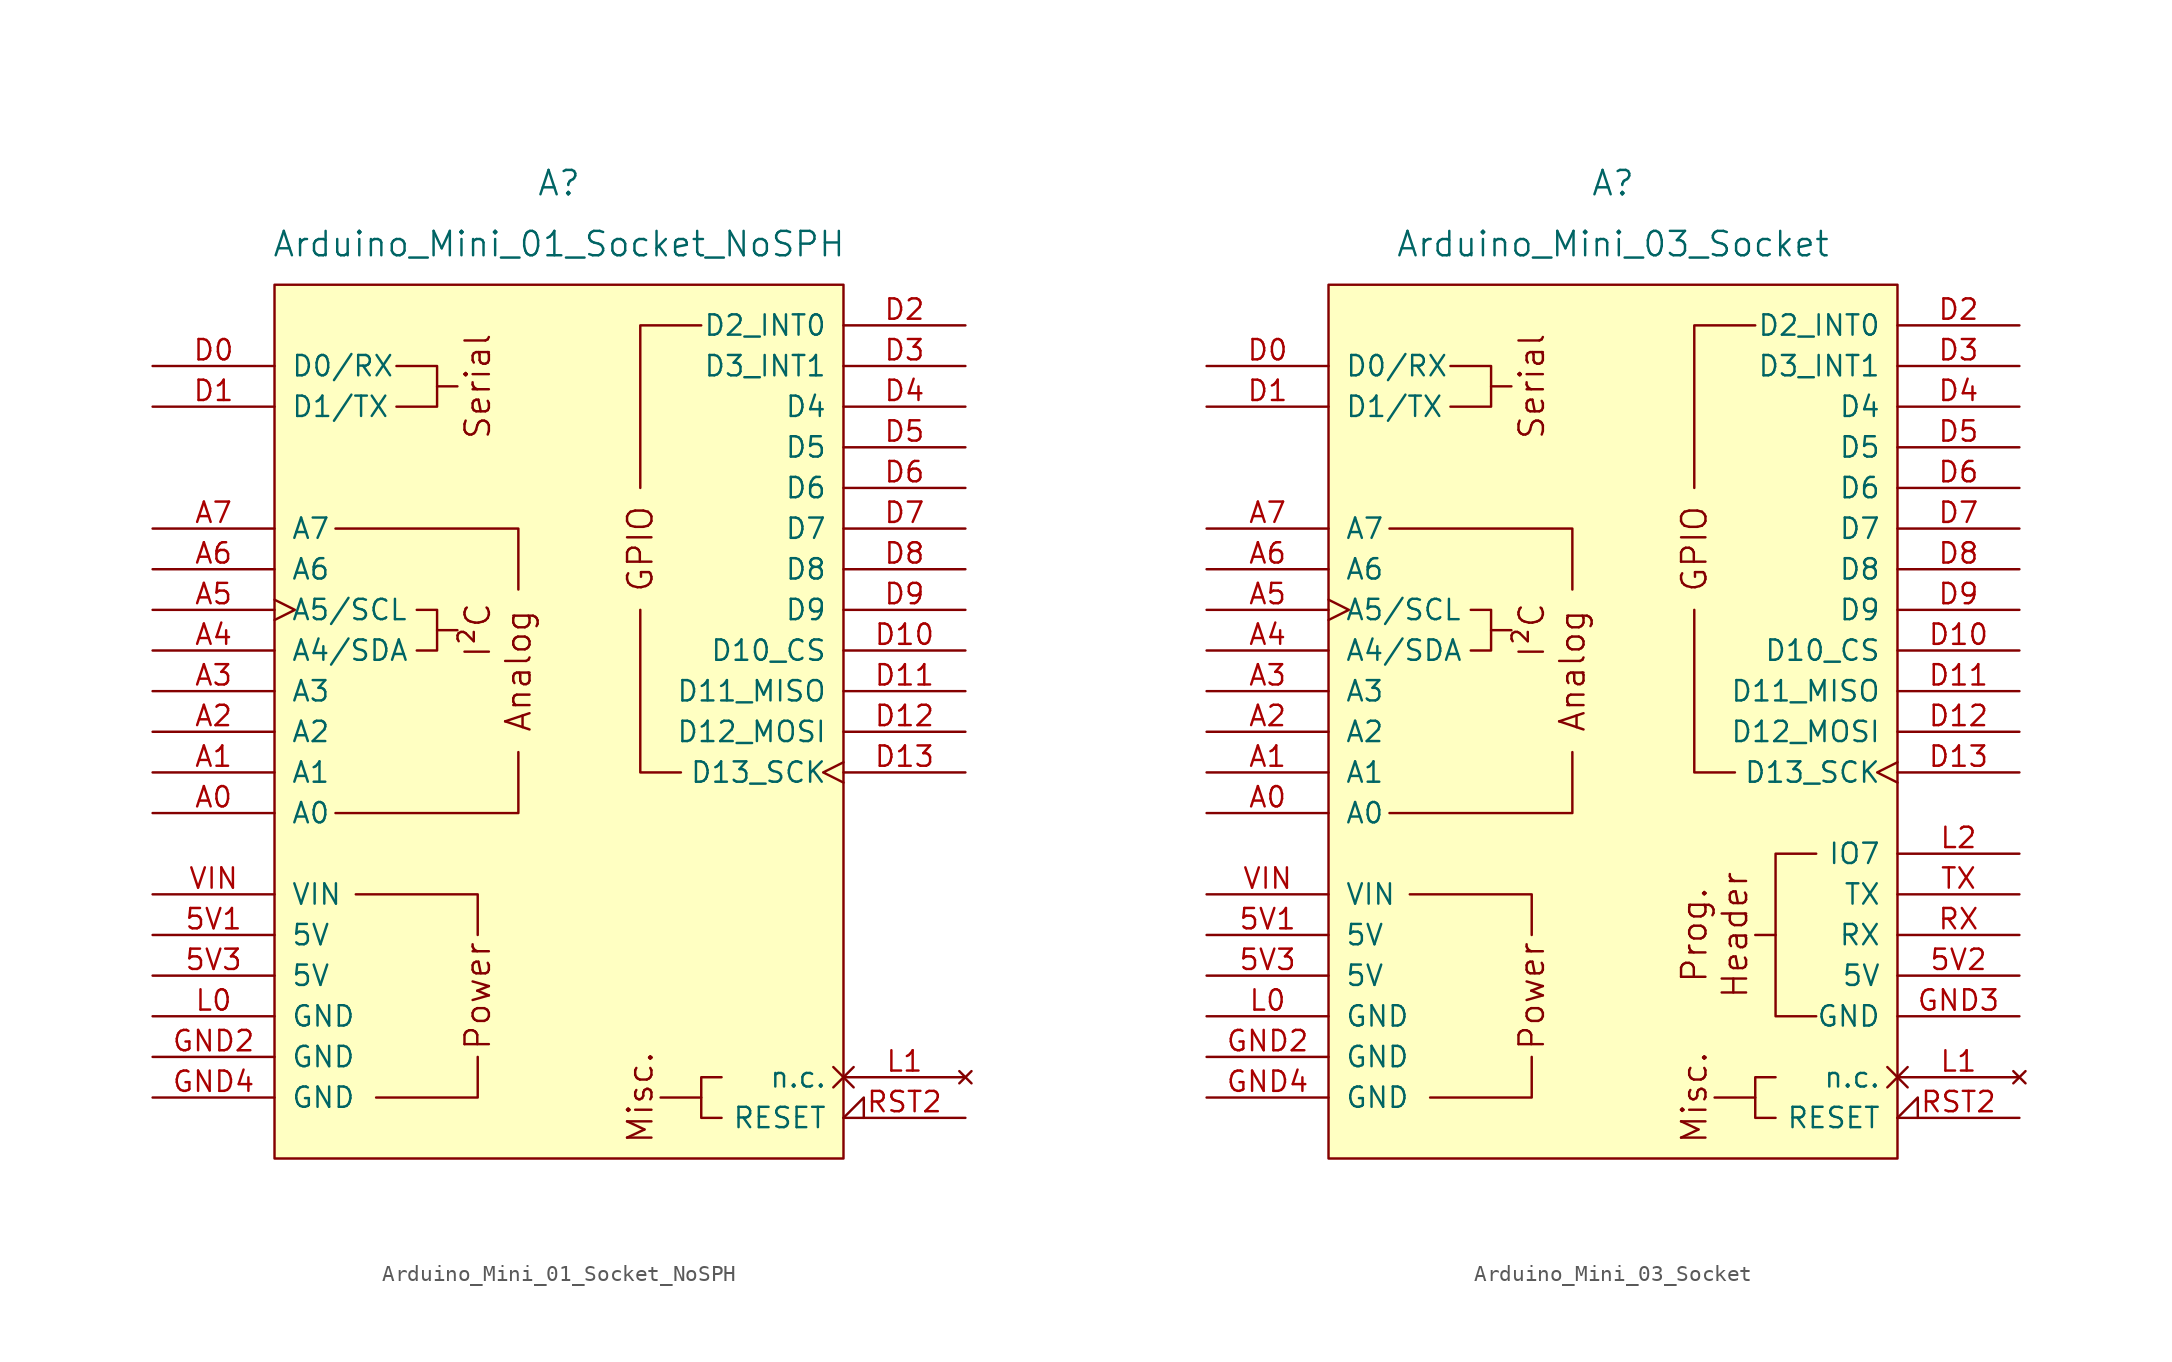
<source format=kicad_sym>
(kicad_symbol_lib
  (version 20220914)
  (generator kicad_symbol_editor)
  (symbol "Arduino_Mini_01_Socket_NoSPH"
    (pin_names
      (offset 1.016))
    (property "Reference" "A"
      (at 0 34.29 0)
      (effects (font (size 1.524 1.524))))
    (property "Value" "Arduino_Mini_01_Socket_NoSPH"
      (at 0 30.48 0)
      (effects (font (size 1.524 1.524))))
    (symbol "Arduino_Mini_01_Socket_NoSPH_0_0"
      (rectangle (start -17.78 27.94) (end 17.78 -26.67) (stroke (width 0) (type default)) (fill (type background)))
      (polyline (pts (xy -7.62 6.35) (xy -6.35 6.35)) (stroke (width 0) (type default)) (fill (type none)))
      (polyline (pts (xy -7.62 21.59) (xy -6.35 21.59)) (stroke (width 0) (type default)) (fill (type none)))
      (polyline (pts (xy 8.89 -22.86) (xy 6.35 -22.86)) (stroke (width 0) (type default)) (fill (type none)))
      (polyline (pts (xy -11.43 -22.86) (xy -5.08 -22.86) (xy -5.08 -20.32)) (stroke (width 0) (type default)) (fill (type none)))
      (polyline (pts (xy -5.08 -12.7) (xy -5.08 -10.16) (xy -12.7 -10.16)) (stroke (width 0) (type default)) (fill (type none)))
      (polyline (pts (xy -2.54 -1.27) (xy -2.54 -5.08) (xy -13.97 -5.08)) (stroke (width 0) (type default)) (fill (type none)))
      (polyline (pts (xy -2.54 8.89) (xy -2.54 12.7) (xy -13.97 12.7)) (stroke (width 0) (type default)) (fill (type none)))
      (polyline (pts (xy -10.16 22.86) (xy -7.62 22.86) (xy -7.62 20.32) (xy -10.16 20.32)) (stroke (width 0) (type default)) (fill (type none)))
      (polyline (pts (xy -8.89 7.62) (xy -7.62 7.62) (xy -7.62 5.08) (xy -8.89 5.08)) (stroke (width 0) (type default)) (fill (type none)))
      (text "Analog" (at -2.54 3.81 900) (effects (font (size 1.524 1.524))))
      (text "I²C" (at -5.08 6.35 900) (effects (font (size 1.524 1.524))))
      (text "Misc." (at 5.08 -22.86 900) (effects (font (size 1.524 1.524))))
      (text "Power" (at -5.08 -16.51 900) (effects (font (size 1.524 1.524))))
      (text "Serial" (at -5.08 21.59 900) (effects (font (size 1.524 1.524)))))
    (symbol "Arduino_Mini_01_Socket_NoSPH_0_1"
      (polyline (pts (xy 7.62 -2.54) (xy 5.08 -2.54) (xy 5.08 7.62)) (stroke (width 0) (type default)) (fill (type none)))
      (polyline (pts (xy 8.89 25.4) (xy 5.08 25.4) (xy 5.08 15.24)) (stroke (width 0) (type default)) (fill (type none)))
      (polyline (pts (xy 10.16 -21.59) (xy 8.89 -21.59) (xy 8.89 -24.13) (xy 10.16 -24.13)) (stroke (width 0) (type default)) (fill (type none))))
    (symbol "Arduino_Mini_01_Socket_NoSPH_1_0"
      (text "GPIO" (at 5.08 11.43 900) (effects (font (size 1.524 1.524)))))
    (symbol "Arduino_Mini_01_Socket_NoSPH_1_1"
      (pin power_in line (at -25.4 -12.7 0) (length 7.62) (name "5V" (effects (font (size 1.27 1.27)))) (number "5V1" (effects (font (size 1.27 1.27)))))
      (pin power_in line (at -25.4 -15.24 0) (length 7.62) (name "5V" (effects (font (size 1.27 1.27)))) (number "5V3" (effects (font (size 1.27 1.27)))))
      (pin bidirectional line (at -25.4 -5.08 0) (length 7.62) (name "A0" (effects (font (size 1.27 1.27)))) (number "A0" (effects (font (size 1.27 1.27)))))
      (pin bidirectional line (at -25.4 -2.54 0) (length 7.62) (name "A1" (effects (font (size 1.27 1.27)))) (number "A1" (effects (font (size 1.27 1.27)))))
      (pin bidirectional line (at -25.4 0 0) (length 7.62) (name "A2" (effects (font (size 1.27 1.27)))) (number "A2" (effects (font (size 1.27 1.27)))))
      (pin bidirectional line (at -25.4 2.54 0) (length 7.62) (name "A3" (effects (font (size 1.27 1.27)))) (number "A3" (effects (font (size 1.27 1.27)))))
      (pin bidirectional line (at -25.4 5.08 0) (length 7.62) (name "A4/SDA" (effects (font (size 1.27 1.27)))) (number "A4" (effects (font (size 1.27 1.27)))))
      (pin bidirectional clock (at -25.4 7.62 0) (length 7.62) (name "A5/SCL" (effects (font (size 1.27 1.27)))) (number "A5" (effects (font (size 1.27 1.27)))))
      (pin input line (at -25.4 10.16 0) (length 7.62) (name "A6" (effects (font (size 1.27 1.27)))) (number "A6" (effects (font (size 1.27 1.27)))))
      (pin input line (at -25.4 12.7 0) (length 7.62) (name "A7" (effects (font (size 1.27 1.27)))) (number "A7" (effects (font (size 1.27 1.27)))))
      (pin bidirectional line (at -25.4 22.86 0) (length 7.62) (name "D0/RX" (effects (font (size 1.27 1.27)))) (number "D0" (effects (font (size 1.27 1.27)))))
      (pin bidirectional line (at -25.4 20.32 0) (length 7.62) (name "D1/TX" (effects (font (size 1.27 1.27)))) (number "D1" (effects (font (size 1.27 1.27)))))
      (pin bidirectional line (at 25.4 5.08 180) (length 7.62) (name "D10_CS" (effects (font (size 1.27 1.27)))) (number "D10" (effects (font (size 1.27 1.27)))))
      (pin bidirectional line (at 25.4 2.54 180) (length 7.62) (name "D11_MISO" (effects (font (size 1.27 1.27)))) (number "D11" (effects (font (size 1.27 1.27)))))
      (pin bidirectional line (at 25.4 0 180) (length 7.62) (name "D12_MOSI" (effects (font (size 1.27 1.27)))) (number "D12" (effects (font (size 1.27 1.27)))))
      (pin bidirectional clock (at 25.4 -2.54 180) (length 7.62) (name "D13_SCK" (effects (font (size 1.27 1.27)))) (number "D13" (effects (font (size 1.27 1.27)))))
      (pin bidirectional line (at 25.4 25.4 180) (length 7.62) (name "D2_INT0" (effects (font (size 1.27 1.27)))) (number "D2" (effects (font (size 1.27 1.27)))))
      (pin bidirectional line (at 25.4 22.86 180) (length 7.62) (name "D3_INT1" (effects (font (size 1.27 1.27)))) (number "D3" (effects (font (size 1.27 1.27)))))
      (pin bidirectional line (at 25.4 20.32 180) (length 7.62) (name "D4" (effects (font (size 1.27 1.27)))) (number "D4" (effects (font (size 1.27 1.27)))))
      (pin bidirectional line (at 25.4 17.78 180) (length 7.62) (name "D5" (effects (font (size 1.27 1.27)))) (number "D5" (effects (font (size 1.27 1.27)))))
      (pin bidirectional line (at 25.4 15.24 180) (length 7.62) (name "D6" (effects (font (size 1.27 1.27)))) (number "D6" (effects (font (size 1.27 1.27)))))
      (pin bidirectional line (at 25.4 12.7 180) (length 7.62) (name "D7" (effects (font (size 1.27 1.27)))) (number "D7" (effects (font (size 1.27 1.27)))))
      (pin bidirectional line (at 25.4 10.16 180) (length 7.62) (name "D8" (effects (font (size 1.27 1.27)))) (number "D8" (effects (font (size 1.27 1.27)))))
      (pin bidirectional line (at 25.4 7.62 180) (length 7.62) (name "D9" (effects (font (size 1.27 1.27)))) (number "D9" (effects (font (size 1.27 1.27)))))
      (pin power_in line (at -25.4 -20.32 0) (length 7.62) (name "GND" (effects (font (size 1.27 1.27)))) (number "GND2" (effects (font (size 1.27 1.27)))))
      (pin power_in line (at -25.4 -22.86 0) (length 7.62) (name "GND" (effects (font (size 1.27 1.27)))) (number "GND4" (effects (font (size 1.27 1.27)))))
      (pin power_in line (at -25.4 -17.78 0) (length 7.62) (name "GND" (effects (font (size 1.27 1.27)))) (number "L0" (effects (font (size 1.27 1.27)))))
      (pin no_connect non_logic (at 25.4 -21.59 180) (length 7.62) (name "n.c." (effects (font (size 1.27 1.27)))) (number "L1" (effects (font (size 1.27 1.27)))))
      (pin open_collector input_low (at 25.4 -24.13 180) (length 7.62) (name "RESET" (effects (font (size 1.27 1.27)))) (number "RST2" (effects (font (size 1.27 1.27)))))
      (pin power_in line (at -25.4 -10.16 0) (length 7.62) (name "VIN" (effects (font (size 1.27 1.27)))) (number "VIN" (effects (font (size 1.27 1.27)))))))
  (symbol "Arduino_Mini_03_Socket"
    (pin_names
      (offset 1.016))
    (property "Reference" "A"
      (at 0 34.29 0)
      (effects (font (size 1.524 1.524))))
    (property "Value" "Arduino_Mini_03_Socket"
      (at 0 30.48 0)
      (effects (font (size 1.524 1.524))))
    (symbol "Arduino_Mini_03_Socket_0_0"
      (rectangle (start -17.78 27.94) (end 17.78 -26.67) (stroke (width 0) (type default)) (fill (type background)))
      (polyline (pts (xy -7.62 6.35) (xy -6.35 6.35)) (stroke (width 0) (type default)) (fill (type none)))
      (polyline (pts (xy -7.62 21.59) (xy -6.35 21.59)) (stroke (width 0) (type default)) (fill (type none)))
      (polyline (pts (xy 8.89 -22.86) (xy 6.35 -22.86)) (stroke (width 0) (type default)) (fill (type none)))
      (polyline (pts (xy -11.43 -22.86) (xy -5.08 -22.86) (xy -5.08 -20.32)) (stroke (width 0) (type default)) (fill (type none)))
      (polyline (pts (xy -5.08 -12.7) (xy -5.08 -10.16) (xy -12.7 -10.16)) (stroke (width 0) (type default)) (fill (type none)))
      (polyline (pts (xy -2.54 -1.27) (xy -2.54 -5.08) (xy -13.97 -5.08)) (stroke (width 0) (type default)) (fill (type none)))
      (polyline (pts (xy -2.54 8.89) (xy -2.54 12.7) (xy -13.97 12.7)) (stroke (width 0) (type default)) (fill (type none)))
      (polyline (pts (xy 10.16 -12.7) (xy 10.16 -17.78) (xy 12.7 -17.78)) (stroke (width 0) (type default)) (fill (type none)))
      (polyline (pts (xy -10.16 22.86) (xy -7.62 22.86) (xy -7.62 20.32) (xy -10.16 20.32)) (stroke (width 0) (type default)) (fill (type none)))
      (polyline (pts (xy -8.89 7.62) (xy -7.62 7.62) (xy -7.62 5.08) (xy -8.89 5.08)) (stroke (width 0) (type default)) (fill (type none)))
      (polyline (pts (xy 12.7 -7.62) (xy 10.16 -7.62) (xy 10.16 -12.7) (xy 8.89 -12.7)) (stroke (width 0) (type default)) (fill (type none)))
      (text "Analog" (at -2.54 3.81 900) (effects (font (size 1.524 1.524))))
      (text "Header" (at 7.62 -12.7 900) (effects (font (size 1.524 1.524))))
      (text "I²C" (at -5.08 6.35 900) (effects (font (size 1.524 1.524))))
      (text "Misc." (at 5.08 -22.86 900) (effects (font (size 1.524 1.524))))
      (text "Power" (at -5.08 -16.51 900) (effects (font (size 1.524 1.524))))
      (text "Prog." (at 5.08 -12.7 900) (effects (font (size 1.524 1.524))))
      (text "Serial" (at -5.08 21.59 900) (effects (font (size 1.524 1.524)))))
    (symbol "Arduino_Mini_03_Socket_0_1"
      (polyline (pts (xy 7.62 -2.54) (xy 5.08 -2.54) (xy 5.08 7.62)) (stroke (width 0) (type default)) (fill (type none)))
      (polyline (pts (xy 8.89 25.4) (xy 5.08 25.4) (xy 5.08 15.24)) (stroke (width 0) (type default)) (fill (type none)))
      (polyline (pts (xy 10.16 -21.59) (xy 8.89 -21.59) (xy 8.89 -24.13) (xy 10.16 -24.13)) (stroke (width 0) (type default)) (fill (type none))))
    (symbol "Arduino_Mini_03_Socket_1_0"
      (text "GPIO" (at 5.08 11.43 900) (effects (font (size 1.524 1.524)))))
    (symbol "Arduino_Mini_03_Socket_1_1"
      (pin power_in line (at -25.4 -12.7 0) (length 7.62) (name "5V" (effects (font (size 1.27 1.27)))) (number "5V1" (effects (font (size 1.27 1.27)))))
      (pin power_in line (at 25.4 -15.24 180) (length 7.62) (name "5V" (effects (font (size 1.27 1.27)))) (number "5V2" (effects (font (size 1.27 1.27)))))
      (pin power_in line (at -25.4 -15.24 0) (length 7.62) (name "5V" (effects (font (size 1.27 1.27)))) (number "5V3" (effects (font (size 1.27 1.27)))))
      (pin bidirectional line (at -25.4 -5.08 0) (length 7.62) (name "A0" (effects (font (size 1.27 1.27)))) (number "A0" (effects (font (size 1.27 1.27)))))
      (pin bidirectional line (at -25.4 -2.54 0) (length 7.62) (name "A1" (effects (font (size 1.27 1.27)))) (number "A1" (effects (font (size 1.27 1.27)))))
      (pin bidirectional line (at -25.4 0 0) (length 7.62) (name "A2" (effects (font (size 1.27 1.27)))) (number "A2" (effects (font (size 1.27 1.27)))))
      (pin bidirectional line (at -25.4 2.54 0) (length 7.62) (name "A3" (effects (font (size 1.27 1.27)))) (number "A3" (effects (font (size 1.27 1.27)))))
      (pin bidirectional line (at -25.4 5.08 0) (length 7.62) (name "A4/SDA" (effects (font (size 1.27 1.27)))) (number "A4" (effects (font (size 1.27 1.27)))))
      (pin bidirectional clock (at -25.4 7.62 0) (length 7.62) (name "A5/SCL" (effects (font (size 1.27 1.27)))) (number "A5" (effects (font (size 1.27 1.27)))))
      (pin input line (at -25.4 10.16 0) (length 7.62) (name "A6" (effects (font (size 1.27 1.27)))) (number "A6" (effects (font (size 1.27 1.27)))))
      (pin input line (at -25.4 12.7 0) (length 7.62) (name "A7" (effects (font (size 1.27 1.27)))) (number "A7" (effects (font (size 1.27 1.27)))))
      (pin bidirectional line (at -25.4 22.86 0) (length 7.62) (name "D0/RX" (effects (font (size 1.27 1.27)))) (number "D0" (effects (font (size 1.27 1.27)))))
      (pin bidirectional line (at -25.4 20.32 0) (length 7.62) (name "D1/TX" (effects (font (size 1.27 1.27)))) (number "D1" (effects (font (size 1.27 1.27)))))
      (pin bidirectional line (at 25.4 5.08 180) (length 7.62) (name "D10_CS" (effects (font (size 1.27 1.27)))) (number "D10" (effects (font (size 1.27 1.27)))))
      (pin bidirectional line (at 25.4 2.54 180) (length 7.62) (name "D11_MISO" (effects (font (size 1.27 1.27)))) (number "D11" (effects (font (size 1.27 1.27)))))
      (pin bidirectional line (at 25.4 0 180) (length 7.62) (name "D12_MOSI" (effects (font (size 1.27 1.27)))) (number "D12" (effects (font (size 1.27 1.27)))))
      (pin bidirectional clock (at 25.4 -2.54 180) (length 7.62) (name "D13_SCK" (effects (font (size 1.27 1.27)))) (number "D13" (effects (font (size 1.27 1.27)))))
      (pin bidirectional line (at 25.4 25.4 180) (length 7.62) (name "D2_INT0" (effects (font (size 1.27 1.27)))) (number "D2" (effects (font (size 1.27 1.27)))))
      (pin bidirectional line (at 25.4 22.86 180) (length 7.62) (name "D3_INT1" (effects (font (size 1.27 1.27)))) (number "D3" (effects (font (size 1.27 1.27)))))
      (pin bidirectional line (at 25.4 20.32 180) (length 7.62) (name "D4" (effects (font (size 1.27 1.27)))) (number "D4" (effects (font (size 1.27 1.27)))))
      (pin bidirectional line (at 25.4 17.78 180) (length 7.62) (name "D5" (effects (font (size 1.27 1.27)))) (number "D5" (effects (font (size 1.27 1.27)))))
      (pin bidirectional line (at 25.4 15.24 180) (length 7.62) (name "D6" (effects (font (size 1.27 1.27)))) (number "D6" (effects (font (size 1.27 1.27)))))
      (pin bidirectional line (at 25.4 12.7 180) (length 7.62) (name "D7" (effects (font (size 1.27 1.27)))) (number "D7" (effects (font (size 1.27 1.27)))))
      (pin bidirectional line (at 25.4 10.16 180) (length 7.62) (name "D8" (effects (font (size 1.27 1.27)))) (number "D8" (effects (font (size 1.27 1.27)))))
      (pin bidirectional line (at 25.4 7.62 180) (length 7.62) (name "D9" (effects (font (size 1.27 1.27)))) (number "D9" (effects (font (size 1.27 1.27)))))
      (pin power_in line (at -25.4 -20.32 0) (length 7.62) (name "GND" (effects (font (size 1.27 1.27)))) (number "GND2" (effects (font (size 1.27 1.27)))))
      (pin power_in line (at 25.4 -17.78 180) (length 7.62) (name "GND" (effects (font (size 1.27 1.27)))) (number "GND3" (effects (font (size 1.27 1.27)))))
      (pin power_in line (at -25.4 -22.86 0) (length 7.62) (name "GND" (effects (font (size 1.27 1.27)))) (number "GND4" (effects (font (size 1.27 1.27)))))
      (pin power_in line (at -25.4 -17.78 0) (length 7.62) (name "GND" (effects (font (size 1.27 1.27)))) (number "L0" (effects (font (size 1.27 1.27)))))
      (pin no_connect non_logic (at 25.4 -21.59 180) (length 7.62) (name "n.c." (effects (font (size 1.27 1.27)))) (number "L1" (effects (font (size 1.27 1.27)))))
      (pin bidirectional line (at 25.4 -7.62 180) (length 7.62) (name "IO7" (effects (font (size 1.27 1.27)))) (number "L2" (effects (font (size 1.27 1.27)))))
      (pin open_collector input_low (at 25.4 -24.13 180) (length 7.62) (name "RESET" (effects (font (size 1.27 1.27)))) (number "RST2" (effects (font (size 1.27 1.27)))))
      (pin bidirectional line (at 25.4 -12.7 180) (length 7.62) (name "RX" (effects (font (size 1.27 1.27)))) (number "RX" (effects (font (size 1.27 1.27)))))
      (pin bidirectional line (at 25.4 -10.16 180) (length 7.62) (name "TX" (effects (font (size 1.27 1.27)))) (number "TX" (effects (font (size 1.27 1.27)))))
      (pin power_in line (at -25.4 -10.16 0) (length 7.62) (name "VIN" (effects (font (size 1.27 1.27)))) (number "VIN" (effects (font (size 1.27 1.27))))))))
</source>
